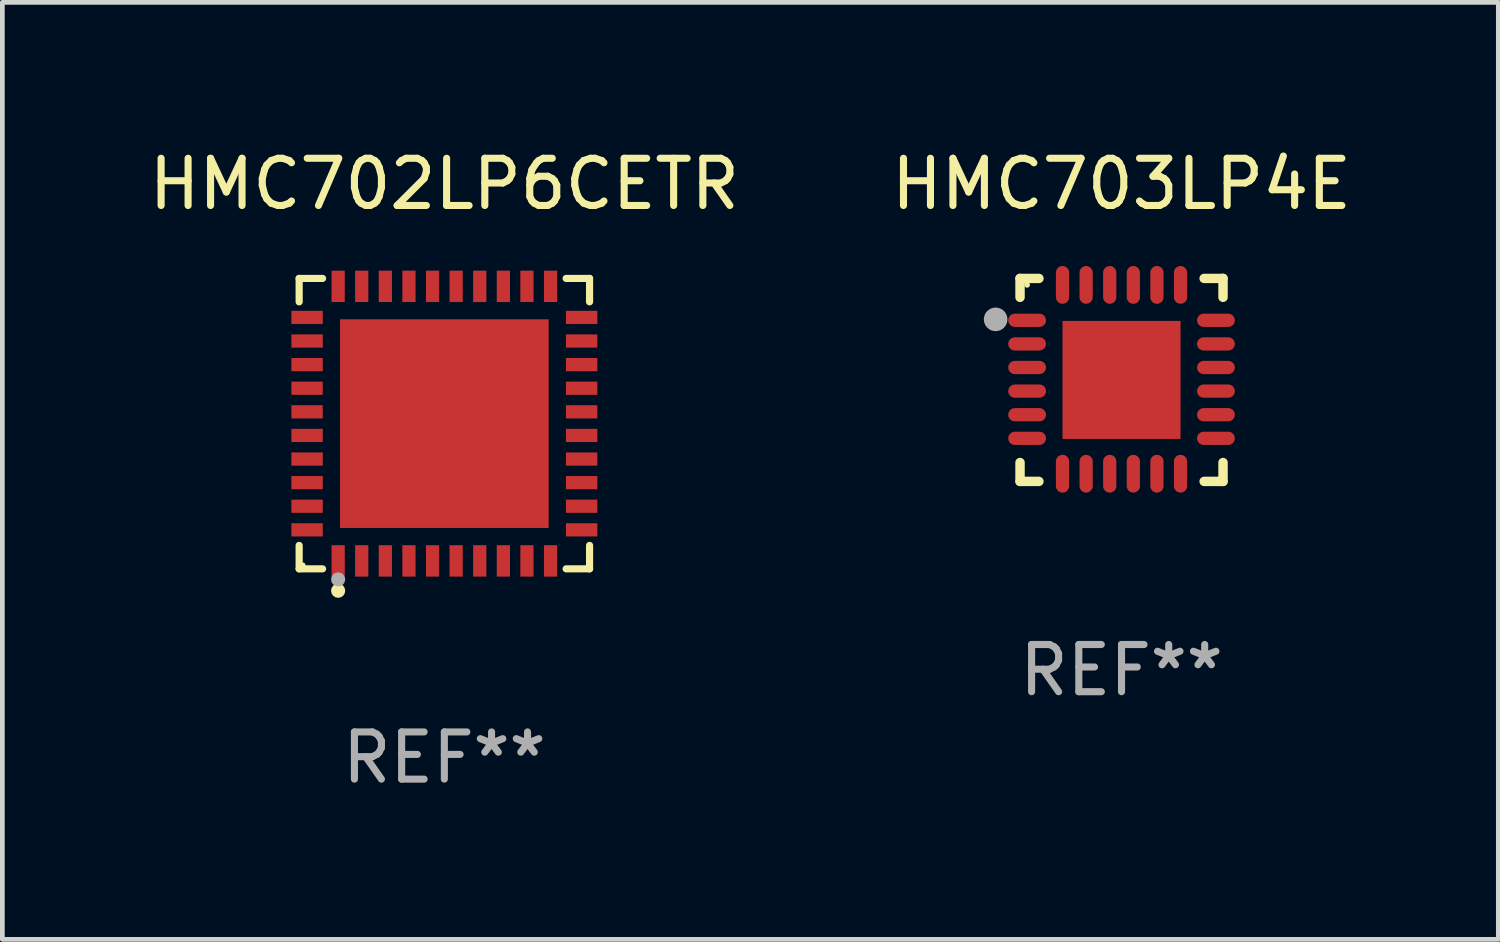
<source format=kicad_pcb>
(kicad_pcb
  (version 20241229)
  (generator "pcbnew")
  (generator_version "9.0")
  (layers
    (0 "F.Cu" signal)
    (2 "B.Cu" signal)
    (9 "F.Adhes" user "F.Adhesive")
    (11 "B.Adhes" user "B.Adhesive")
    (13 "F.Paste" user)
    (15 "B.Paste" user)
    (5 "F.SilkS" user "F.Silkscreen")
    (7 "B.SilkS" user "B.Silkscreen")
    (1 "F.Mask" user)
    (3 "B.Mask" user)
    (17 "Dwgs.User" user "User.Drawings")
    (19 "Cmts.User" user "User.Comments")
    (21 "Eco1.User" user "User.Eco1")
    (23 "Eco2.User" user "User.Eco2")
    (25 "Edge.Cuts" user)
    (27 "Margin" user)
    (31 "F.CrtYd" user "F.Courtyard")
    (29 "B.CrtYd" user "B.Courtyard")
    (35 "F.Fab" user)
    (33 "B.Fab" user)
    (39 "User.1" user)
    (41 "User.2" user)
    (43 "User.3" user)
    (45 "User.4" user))
  (footprint "HMC702LP6CETR"
    (layer "F.Cu")
    (at 6.363 5.924)
    (property "Reference" "HMC702LP6CETR" (at 0 -5.076 0) (layer "F.SilkS") (effects (font (size 1 1) (thickness 0.15))))
    (attr through_hole)
    (fp_line (start -3.076 -3.076) (end -2.58 -3.076) (stroke (width 0.152) (type solid)) (layer "F.SilkS"))
    (fp_line (start -3.076 -2.58) (end -3.076 -3.076) (stroke (width 0.152) (type solid)) (layer "F.SilkS"))
    (fp_line (start -3.076 2.58) (end -3.076 3.076) (stroke (width 0.152) (type solid)) (layer "F.SilkS"))
    (fp_line (start -3.076 3.076) (end -2.58 3.076) (stroke (width 0.152) (type solid)) (layer "F.SilkS"))
    (fp_line (start 3.076 -3.076) (end 2.58 -3.076) (stroke (width 0.152) (type solid)) (layer "F.SilkS"))
    (fp_line (start 3.076 -2.58) (end 3.076 -3.076) (stroke (width 0.152) (type solid)) (layer "F.SilkS"))
    (fp_line (start 3.076 2.58) (end 3.076 3.076) (stroke (width 0.152) (type solid)) (layer "F.SilkS"))
    (fp_line (start 3.076 3.076) (end 2.58 3.076) (stroke (width 0.152) (type solid)) (layer "F.SilkS"))
    (fp_circle (center -3 3) (end -2.97 3) (stroke (width 0.06) (type solid)) (fill no) (layer "F.SilkS"))
    (fp_circle (center -2.25 3.54) (end -2.175 3.54) (stroke (width 0.15) (type solid)) (fill no) (layer "F.SilkS"))
    (fp_circle (center -2.25 3.3) (end -2.175 3.3) (stroke (width 0.15) (type solid)) (fill no) (layer "F.Fab"))
    (fp_text user "REF**" (at 0 7.076 0) (layer "F.Fab") (effects (font (size 1 1) (thickness 0.15))))
    (pad "1" smd rect (at -2.25 2.908) (size 0.28 0.665) (layers "F.Cu" "F.Mask" "F.Paste"))
    (pad "2" smd rect (at -1.75 2.908) (size 0.28 0.665) (layers "F.Cu" "F.Mask" "F.Paste"))
    (pad "3" smd rect (at -1.25 2.908) (size 0.28 0.665) (layers "F.Cu" "F.Mask" "F.Paste"))
    (pad "4" smd rect (at -0.75 2.908) (size 0.28 0.665) (layers "F.Cu" "F.Mask" "F.Paste"))
    (pad "5" smd rect (at -0.25 2.908) (size 0.28 0.665) (layers "F.Cu" "F.Mask" "F.Paste"))
    (pad "6" smd rect (at 0.25 2.908) (size 0.28 0.665) (layers "F.Cu" "F.Mask" "F.Paste"))
    (pad "7" smd rect (at 0.75 2.908) (size 0.28 0.665) (layers "F.Cu" "F.Mask" "F.Paste"))
    (pad "8" smd rect (at 1.25 2.908) (size 0.28 0.665) (layers "F.Cu" "F.Mask" "F.Paste"))
    (pad "9" smd rect (at 1.75 2.908) (size 0.28 0.665) (layers "F.Cu" "F.Mask" "F.Paste"))
    (pad "10" smd rect (at 2.25 2.908) (size 0.28 0.665) (layers "F.Cu" "F.Mask" "F.Paste"))
    (pad "11" smd rect (at 2.908 2.25) (size 0.665 0.28) (layers "F.Cu" "F.Mask" "F.Paste"))
    (pad "12" smd rect (at 2.908 1.75) (size 0.665 0.28) (layers "F.Cu" "F.Mask" "F.Paste"))
    (pad "13" smd rect (at 2.908 1.25) (size 0.665 0.28) (layers "F.Cu" "F.Mask" "F.Paste"))
    (pad "14" smd rect (at 2.908 0.75) (size 0.665 0.28) (layers "F.Cu" "F.Mask" "F.Paste"))
    (pad "15" smd rect (at 2.908 0.25) (size 0.665 0.28) (layers "F.Cu" "F.Mask" "F.Paste"))
    (pad "16" smd rect (at 2.908 -0.25) (size 0.665 0.28) (layers "F.Cu" "F.Mask" "F.Paste"))
    (pad "17" smd rect (at 2.908 -0.75) (size 0.665 0.28) (layers "F.Cu" "F.Mask" "F.Paste"))
    (pad "18" smd rect (at 2.908 -1.25) (size 0.665 0.28) (layers "F.Cu" "F.Mask" "F.Paste"))
    (pad "19" smd rect (at 2.908 -1.75) (size 0.665 0.28) (layers "F.Cu" "F.Mask" "F.Paste"))
    (pad "20" smd rect (at 2.908 -2.25) (size 0.665 0.28) (layers "F.Cu" "F.Mask" "F.Paste"))
    (pad "21" smd rect (at 2.25 -2.908) (size 0.28 0.665) (layers "F.Cu" "F.Mask" "F.Paste"))
    (pad "22" smd rect (at 1.75 -2.908) (size 0.28 0.665) (layers "F.Cu" "F.Mask" "F.Paste"))
    (pad "23" smd rect (at 1.25 -2.908) (size 0.28 0.665) (layers "F.Cu" "F.Mask" "F.Paste"))
    (pad "24" smd rect (at 0.75 -2.908) (size 0.28 0.665) (layers "F.Cu" "F.Mask" "F.Paste"))
    (pad "25" smd rect (at 0.25 -2.908) (size 0.28 0.665) (layers "F.Cu" "F.Mask" "F.Paste"))
    (pad "26" smd rect (at -0.25 -2.908) (size 0.28 0.665) (layers "F.Cu" "F.Mask" "F.Paste"))
    (pad "27" smd rect (at -0.75 -2.908) (size 0.28 0.665) (layers "F.Cu" "F.Mask" "F.Paste"))
    (pad "28" smd rect (at -1.25 -2.908) (size 0.28 0.665) (layers "F.Cu" "F.Mask" "F.Paste"))
    (pad "29" smd rect (at -1.75 -2.908) (size 0.28 0.665) (layers "F.Cu" "F.Mask" "F.Paste"))
    (pad "30" smd rect (at -2.25 -2.908) (size 0.28 0.665) (layers "F.Cu" "F.Mask" "F.Paste"))
    (pad "31" smd rect (at -2.908 -2.25) (size 0.665 0.28) (layers "F.Cu" "F.Mask" "F.Paste"))
    (pad "32" smd rect (at -2.908 -1.75) (size 0.665 0.28) (layers "F.Cu" "F.Mask" "F.Paste"))
    (pad "33" smd rect (at -2.908 -1.25) (size 0.665 0.28) (layers "F.Cu" "F.Mask" "F.Paste"))
    (pad "34" smd rect (at -2.908 -0.75) (size 0.665 0.28) (layers "F.Cu" "F.Mask" "F.Paste"))
    (pad "35" smd rect (at -2.908 -0.25) (size 0.665 0.28) (layers "F.Cu" "F.Mask" "F.Paste"))
    (pad "36" smd rect (at -2.908 0.25) (size 0.665 0.28) (layers "F.Cu" "F.Mask" "F.Paste"))
    (pad "37" smd rect (at -2.908 0.75) (size 0.665 0.28) (layers "F.Cu" "F.Mask" "F.Paste"))
    (pad "38" smd rect (at -2.908 1.25) (size 0.665 0.28) (layers "F.Cu" "F.Mask" "F.Paste"))
    (pad "39" smd rect (at -2.908 1.75) (size 0.665 0.28) (layers "F.Cu" "F.Mask" "F.Paste"))
    (pad "40" smd rect (at -2.908 2.25) (size 0.665 0.28) (layers "F.Cu" "F.Mask" "F.Paste"))
    (pad "41" smd rect (at 0 0) (size 4.42 4.42) (layers "F.Cu" "F.Mask" "F.Paste")))
  (footprint "HMC703LP4E"
    (layer "F.Cu")
    (at 20.708 4.998)
    (property "Reference" "HMC703LP4E" (at 0 -4.15 0) (layer "F.SilkS") (effects (font (size 1 1) (thickness 0.15))))
    (attr through_hole)
    (fp_line (start -2.15 -2.15) (end -1.75 -2.15) (stroke (width 0.2) (type solid)) (layer "F.SilkS"))
    (fp_line (start -2.15 -1.75) (end -2.15 -2.15) (stroke (width 0.2) (type solid)) (layer "F.SilkS"))
    (fp_line (start -2.15 2.15) (end -2.15 1.75) (stroke (width 0.2) (type solid)) (layer "F.SilkS"))
    (fp_line (start -1.75 2.15) (end -2.15 2.15) (stroke (width 0.2) (type solid)) (layer "F.SilkS"))
    (fp_line (start 1.75 -2.15) (end 2.15 -2.15) (stroke (width 0.2) (type solid)) (layer "F.SilkS"))
    (fp_line (start 1.75 2.15) (end 2.15 2.15) (stroke (width 0.2) (type solid)) (layer "F.SilkS"))
    (fp_line (start 2.15 -2.15) (end 2.15 -1.75) (stroke (width 0.2) (type solid)) (layer "F.SilkS"))
    (fp_line (start 2.15 2.15) (end 2.15 1.75) (stroke (width 0.2) (type solid)) (layer "F.SilkS"))
    (fp_circle (center -2 -2.013) (end -1.97 -2.013) (stroke (width 0.06) (type solid)) (fill no) (layer "F.SilkS"))
    (fp_circle (center -2.667 -1.283) (end -2.542 -1.283) (stroke (width 0.25) (type solid)) (fill no) (layer "F.Fab"))
    (fp_text user "REF**" (at 0 6.15 0) (layer "F.Fab") (effects (font (size 1 1) (thickness 0.15))))
    (pad "1" smd oval (at -2 -1.263) (size 0.8 0.28) (layers "F.Cu" "F.Mask" "F.Paste"))
    (pad "2" smd oval (at -2 -0.763) (size 0.8 0.28) (layers "F.Cu" "F.Mask" "F.Paste"))
    (pad "3" smd oval (at -2 -0.263) (size 0.8 0.28) (layers "F.Cu" "F.Mask" "F.Paste"))
    (pad "4" smd oval (at -2 0.237) (size 0.8 0.28) (layers "F.Cu" "F.Mask" "F.Paste"))
    (pad "5" smd oval (at -2 0.737) (size 0.8 0.28) (layers "F.Cu" "F.Mask" "F.Paste"))
    (pad "6" smd oval (at -2 1.237) (size 0.8 0.28) (layers "F.Cu" "F.Mask" "F.Paste"))
    (pad "7" smd oval (at -1.25 1.987) (size 0.28 0.8) (layers "F.Cu" "F.Mask" "F.Paste"))
    (pad "8" smd oval (at -0.75 1.987) (size 0.28 0.8) (layers "F.Cu" "F.Mask" "F.Paste"))
    (pad "9" smd oval (at -0.25 1.987) (size 0.28 0.8) (layers "F.Cu" "F.Mask" "F.Paste"))
    (pad "10" smd oval (at 0.25 1.987) (size 0.28 0.8) (layers "F.Cu" "F.Mask" "F.Paste"))
    (pad "11" smd oval (at 0.75 1.987) (size 0.28 0.8) (layers "F.Cu" "F.Mask" "F.Paste"))
    (pad "12" smd oval (at 1.25 1.987) (size 0.28 0.8) (layers "F.Cu" "F.Mask" "F.Paste"))
    (pad "13" smd oval (at 2 1.237) (size 0.8 0.28) (layers "F.Cu" "F.Mask" "F.Paste"))
    (pad "14" smd oval (at 2 0.737) (size 0.8 0.28) (layers "F.Cu" "F.Mask" "F.Paste"))
    (pad "15" smd oval (at 2 0.237) (size 0.8 0.28) (layers "F.Cu" "F.Mask" "F.Paste"))
    (pad "16" smd oval (at 2 -0.263) (size 0.8 0.28) (layers "F.Cu" "F.Mask" "F.Paste"))
    (pad "17" smd oval (at 2 -0.763) (size 0.8 0.28) (layers "F.Cu" "F.Mask" "F.Paste"))
    (pad "18" smd oval (at 2 -1.263) (size 0.8 0.28) (layers "F.Cu" "F.Mask" "F.Paste"))
    (pad "19" smd oval (at 1.25 -2.013) (size 0.28 0.8) (layers "F.Cu" "F.Mask" "F.Paste"))
    (pad "20" smd oval (at 0.75 -2.013) (size 0.28 0.8) (layers "F.Cu" "F.Mask" "F.Paste"))
    (pad "21" smd oval (at 0.25 -2.013) (size 0.28 0.8) (layers "F.Cu" "F.Mask" "F.Paste"))
    (pad "22" smd oval (at -0.25 -2.013) (size 0.28 0.8) (layers "F.Cu" "F.Mask" "F.Paste"))
    (pad "23" smd oval (at -0.75 -2.013) (size 0.28 0.8) (layers "F.Cu" "F.Mask" "F.Paste"))
    (pad "24" smd oval (at -1.25 -2.013) (size 0.28 0.8) (layers "F.Cu" "F.Mask" "F.Paste"))
    (pad "25" smd rect (at -0.000127 -0.00014) (size 2.5 2.5) (layers "F.Cu" "F.Mask" "F.Paste")))
  (gr_rect
    (start -3 -3)
    (end 28.69 16.849)
    (stroke (width 0.1) (type default))
    (fill no)
    (layer "Edge.Cuts")))
</source>
